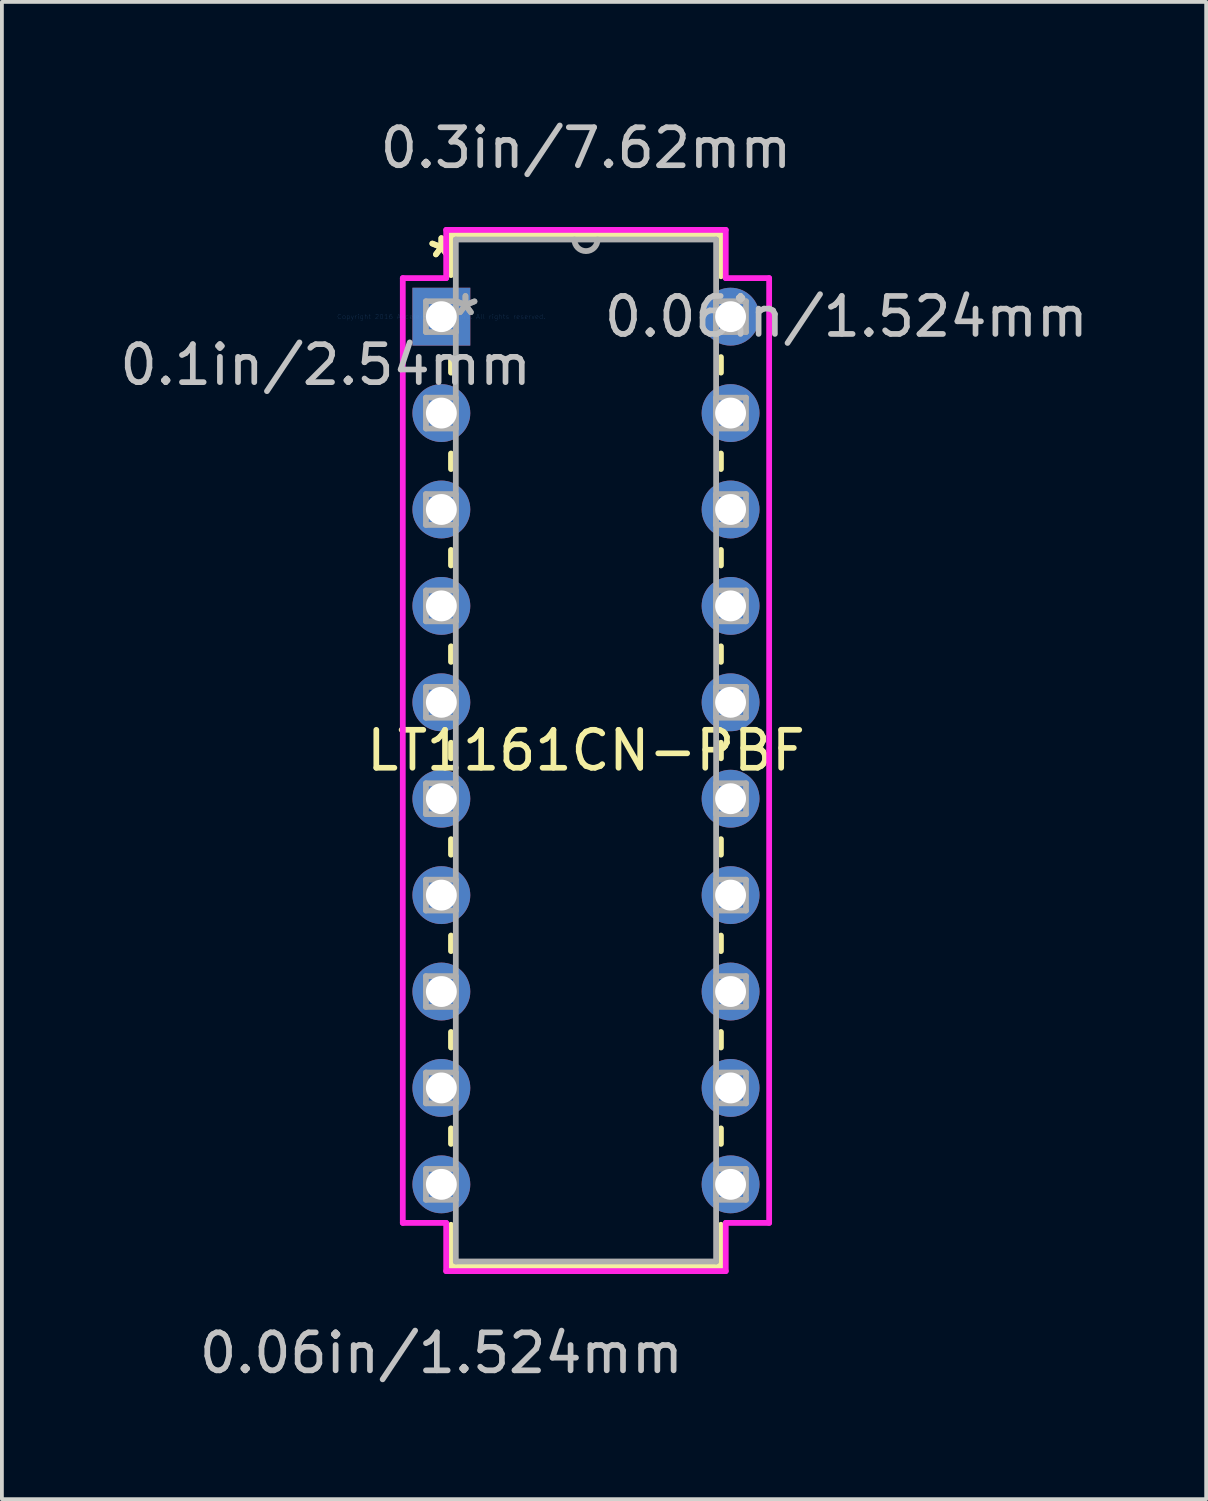
<source format=kicad_pcb>
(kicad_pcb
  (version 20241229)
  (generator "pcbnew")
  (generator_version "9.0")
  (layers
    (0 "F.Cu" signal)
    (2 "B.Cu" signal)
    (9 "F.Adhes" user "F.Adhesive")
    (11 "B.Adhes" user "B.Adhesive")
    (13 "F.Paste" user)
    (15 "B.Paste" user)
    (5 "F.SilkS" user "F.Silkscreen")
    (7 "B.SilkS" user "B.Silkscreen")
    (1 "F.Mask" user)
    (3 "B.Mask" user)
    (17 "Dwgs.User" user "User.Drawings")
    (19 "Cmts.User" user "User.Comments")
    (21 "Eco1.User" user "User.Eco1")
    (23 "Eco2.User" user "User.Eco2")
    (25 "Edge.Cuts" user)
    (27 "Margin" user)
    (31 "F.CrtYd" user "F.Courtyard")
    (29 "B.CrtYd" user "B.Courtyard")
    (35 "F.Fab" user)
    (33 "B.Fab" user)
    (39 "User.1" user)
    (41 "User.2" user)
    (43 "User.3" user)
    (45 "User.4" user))
  (footprint "LT1161CN-PBF"
    (layer "F.Cu")
    (at 8.578 5.293)
    (property "Reference" "LT1161CN-PBF" (at 3.81 11.43 0) (layer "F.SilkS") (effects (font (size 1 1) (thickness 0.15))))
    (attr through_hole)
    (fp_line (start 0.254 -2.159) (end 0.254 -1.095) (stroke (width 0.152) (type solid)) (layer "F.SilkS"))
    (fp_line (start 0.254 1.095) (end 0.254 1.475) (stroke (width 0.152) (type solid)) (layer "F.SilkS"))
    (fp_line (start 0.254 3.605) (end 0.254 4.015) (stroke (width 0.152) (type solid)) (layer "F.SilkS"))
    (fp_line (start 0.254 6.145) (end 0.254 6.555) (stroke (width 0.152) (type solid)) (layer "F.SilkS"))
    (fp_line (start 0.254 8.685) (end 0.254 9.095) (stroke (width 0.152) (type solid)) (layer "F.SilkS"))
    (fp_line (start 0.254 11.225) (end 0.254 11.635) (stroke (width 0.152) (type solid)) (layer "F.SilkS"))
    (fp_line (start 0.254 13.765) (end 0.254 14.175) (stroke (width 0.152) (type solid)) (layer "F.SilkS"))
    (fp_line (start 0.254 16.305) (end 0.254 16.715) (stroke (width 0.152) (type solid)) (layer "F.SilkS"))
    (fp_line (start 0.254 18.845) (end 0.254 19.255) (stroke (width 0.152) (type solid)) (layer "F.SilkS"))
    (fp_line (start 0.254 21.385) (end 0.254 21.795) (stroke (width 0.152) (type solid)) (layer "F.SilkS"))
    (fp_line (start 0.254 23.925) (end 0.254 25.019) (stroke (width 0.152) (type solid)) (layer "F.SilkS"))
    (fp_line (start 0.254 25.019) (end 7.366 25.019) (stroke (width 0.152) (type solid)) (layer "F.SilkS"))
    (fp_line (start 7.366 -2.159) (end 0.254 -2.159) (stroke (width 0.152) (type solid)) (layer "F.SilkS"))
    (fp_line (start 7.366 -1.065) (end 7.366 -2.159) (stroke (width 0.152) (type solid)) (layer "F.SilkS"))
    (fp_line (start 7.366 1.475) (end 7.366 1.065) (stroke (width 0.152) (type solid)) (layer "F.SilkS"))
    (fp_line (start 7.366 4.015) (end 7.366 3.605) (stroke (width 0.152) (type solid)) (layer "F.SilkS"))
    (fp_line (start 7.366 6.555) (end 7.366 6.145) (stroke (width 0.152) (type solid)) (layer "F.SilkS"))
    (fp_line (start 7.366 9.095) (end 7.366 8.685) (stroke (width 0.152) (type solid)) (layer "F.SilkS"))
    (fp_line (start 7.366 11.635) (end 7.366 11.225) (stroke (width 0.152) (type solid)) (layer "F.SilkS"))
    (fp_line (start 7.366 14.175) (end 7.366 13.765) (stroke (width 0.152) (type solid)) (layer "F.SilkS"))
    (fp_line (start 7.366 16.715) (end 7.366 16.305) (stroke (width 0.152) (type solid)) (layer "F.SilkS"))
    (fp_line (start 7.366 19.255) (end 7.366 18.845) (stroke (width 0.152) (type solid)) (layer "F.SilkS"))
    (fp_line (start 7.366 21.795) (end 7.366 21.385) (stroke (width 0.152) (type solid)) (layer "F.SilkS"))
    (fp_line (start 7.366 25.019) (end 7.366 23.925) (stroke (width 0.152) (type solid)) (layer "F.SilkS"))
    (fp_line (start -1.016 -1.016) (end -1.016 23.876) (stroke (width 0.152) (type solid)) (layer "F.CrtYd"))
    (fp_line (start -1.016 23.876) (end 0.127 23.876) (stroke (width 0.152) (type solid)) (layer "F.CrtYd"))
    (fp_line (start 0.127 -2.286) (end 0.127 -1.016) (stroke (width 0.152) (type solid)) (layer "F.CrtYd"))
    (fp_line (start 0.127 -1.016) (end -1.016 -1.016) (stroke (width 0.152) (type solid)) (layer "F.CrtYd"))
    (fp_line (start 0.127 23.876) (end 0.127 25.146) (stroke (width 0.152) (type solid)) (layer "F.CrtYd"))
    (fp_line (start 0.127 25.146) (end 7.493 25.146) (stroke (width 0.152) (type solid)) (layer "F.CrtYd"))
    (fp_line (start 7.493 -2.286) (end 0.127 -2.286) (stroke (width 0.152) (type solid)) (layer "F.CrtYd"))
    (fp_line (start 7.493 -1.016) (end 7.493 -2.286) (stroke (width 0.152) (type solid)) (layer "F.CrtYd"))
    (fp_line (start 7.493 23.876) (end 8.636 23.876) (stroke (width 0.152) (type solid)) (layer "F.CrtYd"))
    (fp_line (start 7.493 25.146) (end 7.493 23.876) (stroke (width 0.152) (type solid)) (layer "F.CrtYd"))
    (fp_line (start 8.636 -1.016) (end 7.493 -1.016) (stroke (width 0.152) (type solid)) (layer "F.CrtYd"))
    (fp_line (start 8.636 23.876) (end 8.636 -1.016) (stroke (width 0.152) (type solid)) (layer "F.CrtYd"))
    (fp_line (start -0.406 -0.406) (end -0.406 0.406) (stroke (width 0.152) (type solid)) (layer "F.Fab"))
    (fp_line (start -0.406 0.406) (end 0.381 0.406) (stroke (width 0.152) (type solid)) (layer "F.Fab"))
    (fp_line (start -0.406 2.134) (end -0.406 2.946) (stroke (width 0.152) (type solid)) (layer "F.Fab"))
    (fp_line (start -0.406 2.946) (end 0.381 2.946) (stroke (width 0.152) (type solid)) (layer "F.Fab"))
    (fp_line (start -0.406 4.674) (end -0.406 5.486) (stroke (width 0.152) (type solid)) (layer "F.Fab"))
    (fp_line (start -0.406 5.486) (end 0.381 5.486) (stroke (width 0.152) (type solid)) (layer "F.Fab"))
    (fp_line (start -0.406 7.214) (end -0.406 8.026) (stroke (width 0.152) (type solid)) (layer "F.Fab"))
    (fp_line (start -0.406 8.026) (end 0.381 8.026) (stroke (width 0.152) (type solid)) (layer "F.Fab"))
    (fp_line (start -0.406 9.754) (end -0.406 10.566) (stroke (width 0.152) (type solid)) (layer "F.Fab"))
    (fp_line (start -0.406 10.566) (end 0.381 10.566) (stroke (width 0.152) (type solid)) (layer "F.Fab"))
    (fp_line (start -0.406 12.294) (end -0.406 13.106) (stroke (width 0.152) (type solid)) (layer "F.Fab"))
    (fp_line (start -0.406 13.106) (end 0.381 13.106) (stroke (width 0.152) (type solid)) (layer "F.Fab"))
    (fp_line (start -0.406 14.834) (end -0.406 15.646) (stroke (width 0.152) (type solid)) (layer "F.Fab"))
    (fp_line (start -0.406 15.646) (end 0.381 15.646) (stroke (width 0.152) (type solid)) (layer "F.Fab"))
    (fp_line (start -0.406 17.374) (end -0.406 18.186) (stroke (width 0.152) (type solid)) (layer "F.Fab"))
    (fp_line (start -0.406 18.186) (end 0.381 18.186) (stroke (width 0.152) (type solid)) (layer "F.Fab"))
    (fp_line (start -0.406 19.914) (end -0.406 20.726) (stroke (width 0.152) (type solid)) (layer "F.Fab"))
    (fp_line (start -0.406 20.726) (end 0.381 20.726) (stroke (width 0.152) (type solid)) (layer "F.Fab"))
    (fp_line (start -0.406 22.454) (end -0.406 23.266) (stroke (width 0.152) (type solid)) (layer "F.Fab"))
    (fp_line (start -0.406 23.266) (end 0.381 23.266) (stroke (width 0.152) (type solid)) (layer "F.Fab"))
    (fp_line (start 0.381 -2.032) (end 0.381 24.892) (stroke (width 0.152) (type solid)) (layer "F.Fab"))
    (fp_line (start 0.381 -0.406) (end -0.406 -0.406) (stroke (width 0.152) (type solid)) (layer "F.Fab"))
    (fp_line (start 0.381 0.406) (end 0.381 -0.406) (stroke (width 0.152) (type solid)) (layer "F.Fab"))
    (fp_line (start 0.381 2.134) (end -0.406 2.134) (stroke (width 0.152) (type solid)) (layer "F.Fab"))
    (fp_line (start 0.381 2.946) (end 0.381 2.134) (stroke (width 0.152) (type solid)) (layer "F.Fab"))
    (fp_line (start 0.381 4.674) (end -0.406 4.674) (stroke (width 0.152) (type solid)) (layer "F.Fab"))
    (fp_line (start 0.381 5.486) (end 0.381 4.674) (stroke (width 0.152) (type solid)) (layer "F.Fab"))
    (fp_line (start 0.381 7.214) (end -0.406 7.214) (stroke (width 0.152) (type solid)) (layer "F.Fab"))
    (fp_line (start 0.381 8.026) (end 0.381 7.214) (stroke (width 0.152) (type solid)) (layer "F.Fab"))
    (fp_line (start 0.381 9.754) (end -0.406 9.754) (stroke (width 0.152) (type solid)) (layer "F.Fab"))
    (fp_line (start 0.381 10.566) (end 0.381 9.754) (stroke (width 0.152) (type solid)) (layer "F.Fab"))
    (fp_line (start 0.381 12.294) (end -0.406 12.294) (stroke (width 0.152) (type solid)) (layer "F.Fab"))
    (fp_line (start 0.381 13.106) (end 0.381 12.294) (stroke (width 0.152) (type solid)) (layer "F.Fab"))
    (fp_line (start 0.381 14.834) (end -0.406 14.834) (stroke (width 0.152) (type solid)) (layer "F.Fab"))
    (fp_line (start 0.381 15.646) (end 0.381 14.834) (stroke (width 0.152) (type solid)) (layer "F.Fab"))
    (fp_line (start 0.381 17.374) (end -0.406 17.374) (stroke (width 0.152) (type solid)) (layer "F.Fab"))
    (fp_line (start 0.381 18.186) (end 0.381 17.374) (stroke (width 0.152) (type solid)) (layer "F.Fab"))
    (fp_line (start 0.381 19.914) (end -0.406 19.914) (stroke (width 0.152) (type solid)) (layer "F.Fab"))
    (fp_line (start 0.381 20.726) (end 0.381 19.914) (stroke (width 0.152) (type solid)) (layer "F.Fab"))
    (fp_line (start 0.381 22.454) (end -0.406 22.454) (stroke (width 0.152) (type solid)) (layer "F.Fab"))
    (fp_line (start 0.381 23.266) (end 0.381 22.454) (stroke (width 0.152) (type solid)) (layer "F.Fab"))
    (fp_line (start 0.381 24.892) (end 7.239 24.892) (stroke (width 0.152) (type solid)) (layer "F.Fab"))
    (fp_line (start 7.239 -2.032) (end 0.381 -2.032) (stroke (width 0.152) (type solid)) (layer "F.Fab"))
    (fp_line (start 7.239 -0.406) (end 7.239 0.406) (stroke (width 0.152) (type solid)) (layer "F.Fab"))
    (fp_line (start 7.239 0.406) (end 8.026 0.406) (stroke (width 0.152) (type solid)) (layer "F.Fab"))
    (fp_line (start 7.239 2.134) (end 7.239 2.946) (stroke (width 0.152) (type solid)) (layer "F.Fab"))
    (fp_line (start 7.239 2.946) (end 8.026 2.946) (stroke (width 0.152) (type solid)) (layer "F.Fab"))
    (fp_line (start 7.239 4.674) (end 7.239 5.486) (stroke (width 0.152) (type solid)) (layer "F.Fab"))
    (fp_line (start 7.239 5.486) (end 8.026 5.486) (stroke (width 0.152) (type solid)) (layer "F.Fab"))
    (fp_line (start 7.239 7.214) (end 7.239 8.026) (stroke (width 0.152) (type solid)) (layer "F.Fab"))
    (fp_line (start 7.239 8.026) (end 8.026 8.026) (stroke (width 0.152) (type solid)) (layer "F.Fab"))
    (fp_line (start 7.239 9.754) (end 7.239 10.566) (stroke (width 0.152) (type solid)) (layer "F.Fab"))
    (fp_line (start 7.239 10.566) (end 8.026 10.566) (stroke (width 0.152) (type solid)) (layer "F.Fab"))
    (fp_line (start 7.239 12.294) (end 7.239 13.106) (stroke (width 0.152) (type solid)) (layer "F.Fab"))
    (fp_line (start 7.239 13.106) (end 8.026 13.106) (stroke (width 0.152) (type solid)) (layer "F.Fab"))
    (fp_line (start 7.239 14.834) (end 7.239 15.646) (stroke (width 0.152) (type solid)) (layer "F.Fab"))
    (fp_line (start 7.239 15.646) (end 8.026 15.646) (stroke (width 0.152) (type solid)) (layer "F.Fab"))
    (fp_line (start 7.239 17.374) (end 7.239 18.186) (stroke (width 0.152) (type solid)) (layer "F.Fab"))
    (fp_line (start 7.239 18.186) (end 8.026 18.186) (stroke (width 0.152) (type solid)) (layer "F.Fab"))
    (fp_line (start 7.239 19.914) (end 7.239 20.726) (stroke (width 0.152) (type solid)) (layer "F.Fab"))
    (fp_line (start 7.239 20.726) (end 8.026 20.726) (stroke (width 0.152) (type solid)) (layer "F.Fab"))
    (fp_line (start 7.239 22.454) (end 7.239 23.266) (stroke (width 0.152) (type solid)) (layer "F.Fab"))
    (fp_line (start 7.239 23.266) (end 8.026 23.266) (stroke (width 0.152) (type solid)) (layer "F.Fab"))
    (fp_line (start 7.239 24.892) (end 7.239 -2.032) (stroke (width 0.152) (type solid)) (layer "F.Fab"))
    (fp_line (start 8.026 -0.406) (end 7.239 -0.406) (stroke (width 0.152) (type solid)) (layer "F.Fab"))
    (fp_line (start 8.026 0.406) (end 8.026 -0.406) (stroke (width 0.152) (type solid)) (layer "F.Fab"))
    (fp_line (start 8.026 2.134) (end 7.239 2.134) (stroke (width 0.152) (type solid)) (layer "F.Fab"))
    (fp_line (start 8.026 2.946) (end 8.026 2.134) (stroke (width 0.152) (type solid)) (layer "F.Fab"))
    (fp_line (start 8.026 4.674) (end 7.239 4.674) (stroke (width 0.152) (type solid)) (layer "F.Fab"))
    (fp_line (start 8.026 5.486) (end 8.026 4.674) (stroke (width 0.152) (type solid)) (layer "F.Fab"))
    (fp_line (start 8.026 7.214) (end 7.239 7.214) (stroke (width 0.152) (type solid)) (layer "F.Fab"))
    (fp_line (start 8.026 8.026) (end 8.026 7.214) (stroke (width 0.152) (type solid)) (layer "F.Fab"))
    (fp_line (start 8.026 9.754) (end 7.239 9.754) (stroke (width 0.152) (type solid)) (layer "F.Fab"))
    (fp_line (start 8.026 10.566) (end 8.026 9.754) (stroke (width 0.152) (type solid)) (layer "F.Fab"))
    (fp_line (start 8.026 12.294) (end 7.239 12.294) (stroke (width 0.152) (type solid)) (layer "F.Fab"))
    (fp_line (start 8.026 13.106) (end 8.026 12.294) (stroke (width 0.152) (type solid)) (layer "F.Fab"))
    (fp_line (start 8.026 14.834) (end 7.239 14.834) (stroke (width 0.152) (type solid)) (layer "F.Fab"))
    (fp_line (start 8.026 15.646) (end 8.026 14.834) (stroke (width 0.152) (type solid)) (layer "F.Fab"))
    (fp_line (start 8.026 17.374) (end 7.239 17.374) (stroke (width 0.152) (type solid)) (layer "F.Fab"))
    (fp_line (start 8.026 18.186) (end 8.026 17.374) (stroke (width 0.152) (type solid)) (layer "F.Fab"))
    (fp_line (start 8.026 19.914) (end 7.239 19.914) (stroke (width 0.152) (type solid)) (layer "F.Fab"))
    (fp_line (start 8.026 20.726) (end 8.026 19.914) (stroke (width 0.152) (type solid)) (layer "F.Fab"))
    (fp_line (start 8.026 22.454) (end 7.239 22.454) (stroke (width 0.152) (type solid)) (layer "F.Fab"))
    (fp_line (start 8.026 23.266) (end 8.026 22.454) (stroke (width 0.152) (type solid)) (layer "F.Fab"))
    (fp_arc (start 4.1148 -2.032) (mid 3.81 -1.7272) (end 3.5052 -2.032) (stroke (width 0.1524) (type solid)) (layer "F.Fab"))
    (fp_text user "*" (at 0 -1.524 0) (layer "F.SilkS") (effects (font (size 1 1) (thickness 0.15))))
    (fp_text user "*" (at 0 -1.524 0) (layer "F.SilkS") (effects (font (size 1 1) (thickness 0.15))))
    (fp_text user "0.3in/7.62mm" (at 3.81 -4.445 0) (layer "Dwgs.User") (effects (font (size 1 1) (thickness 0.15))))
    (fp_text user "0.06in/1.524mm" (at 0 27.305 0) (layer "Dwgs.User") (effects (font (size 1 1) (thickness 0.15))))
    (fp_text user "0.06in/1.524mm" (at 10.668 0 0) (layer "Dwgs.User") (effects (font (size 1 1) (thickness 0.15))))
    (fp_text user "0.1in/2.54mm" (at -3.048 1.27 0) (layer "Dwgs.User") (effects (font (size 1 1) (thickness 0.15))))
    (fp_text user "Copyright 2016 Accelerated Designs. All rights reserved." (at 0 0 0) (layer "Cmts.User") (effects (font (size 0.127 0.127) (thickness 0.002))))
    (fp_text user "*" (at 0.635 0 0) (layer "F.Fab") (effects (font (size 1 1) (thickness 0.15))))
    (fp_text user "*" (at 0.635 0 0) (layer "F.Fab") (effects (font (size 1 1) (thickness 0.15))))
    (pad "1" thru_hole rect (at 0 0) (size 1.524 1.524) (drill 0.813) (layers "*.Cu" "*.Mask"))
    (pad "2" thru_hole circle (at 0 2.54) (size 1.524 1.524) (drill 0.813) (layers "*.Cu" "*.Mask"))
    (pad "3" thru_hole circle (at 0 5.08) (size 1.524 1.524) (drill 0.813) (layers "*.Cu" "*.Mask"))
    (pad "4" thru_hole circle (at 0 7.62) (size 1.524 1.524) (drill 0.813) (layers "*.Cu" "*.Mask"))
    (pad "5" thru_hole circle (at 0 10.16) (size 1.524 1.524) (drill 0.813) (layers "*.Cu" "*.Mask"))
    (pad "6" thru_hole circle (at 0 12.7) (size 1.524 1.524) (drill 0.813) (layers "*.Cu" "*.Mask"))
    (pad "7" thru_hole circle (at 0 15.24) (size 1.524 1.524) (drill 0.813) (layers "*.Cu" "*.Mask"))
    (pad "8" thru_hole circle (at 0 17.78) (size 1.524 1.524) (drill 0.813) (layers "*.Cu" "*.Mask"))
    (pad "9" thru_hole circle (at 0 20.32) (size 1.524 1.524) (drill 0.813) (layers "*.Cu" "*.Mask"))
    (pad "10" thru_hole circle (at 0 22.86) (size 1.524 1.524) (drill 0.813) (layers "*.Cu" "*.Mask"))
    (pad "11" thru_hole circle (at 7.62 22.86) (size 1.524 1.524) (drill 0.813) (layers "*.Cu" "*.Mask"))
    (pad "12" thru_hole circle (at 7.62 20.32) (size 1.524 1.524) (drill 0.813) (layers "*.Cu" "*.Mask"))
    (pad "13" thru_hole circle (at 7.62 17.78) (size 1.524 1.524) (drill 0.813) (layers "*.Cu" "*.Mask"))
    (pad "14" thru_hole circle (at 7.62 15.24) (size 1.524 1.524) (drill 0.813) (layers "*.Cu" "*.Mask"))
    (pad "15" thru_hole circle (at 7.62 12.7) (size 1.524 1.524) (drill 0.813) (layers "*.Cu" "*.Mask"))
    (pad "16" thru_hole circle (at 7.62 10.16) (size 1.524 1.524) (drill 0.813) (layers "*.Cu" "*.Mask"))
    (pad "17" thru_hole circle (at 7.62 7.62) (size 1.524 1.524) (drill 0.813) (layers "*.Cu" "*.Mask"))
    (pad "18" thru_hole circle (at 7.62 5.08) (size 1.524 1.524) (drill 0.813) (layers "*.Cu" "*.Mask"))
    (pad "19" thru_hole circle (at 7.62 2.54) (size 1.524 1.524) (drill 0.813) (layers "*.Cu" "*.Mask"))
    (pad "20" thru_hole circle (at 7.62 0) (size 1.524 1.524) (drill 0.813) (layers "*.Cu" "*.Mask")))
  (gr_rect
    (start -3 -3)
    (end 28.728 36.447)
    (stroke (width 0.1) (type default))
    (fill no)
    (layer "Edge.Cuts")))
</source>
